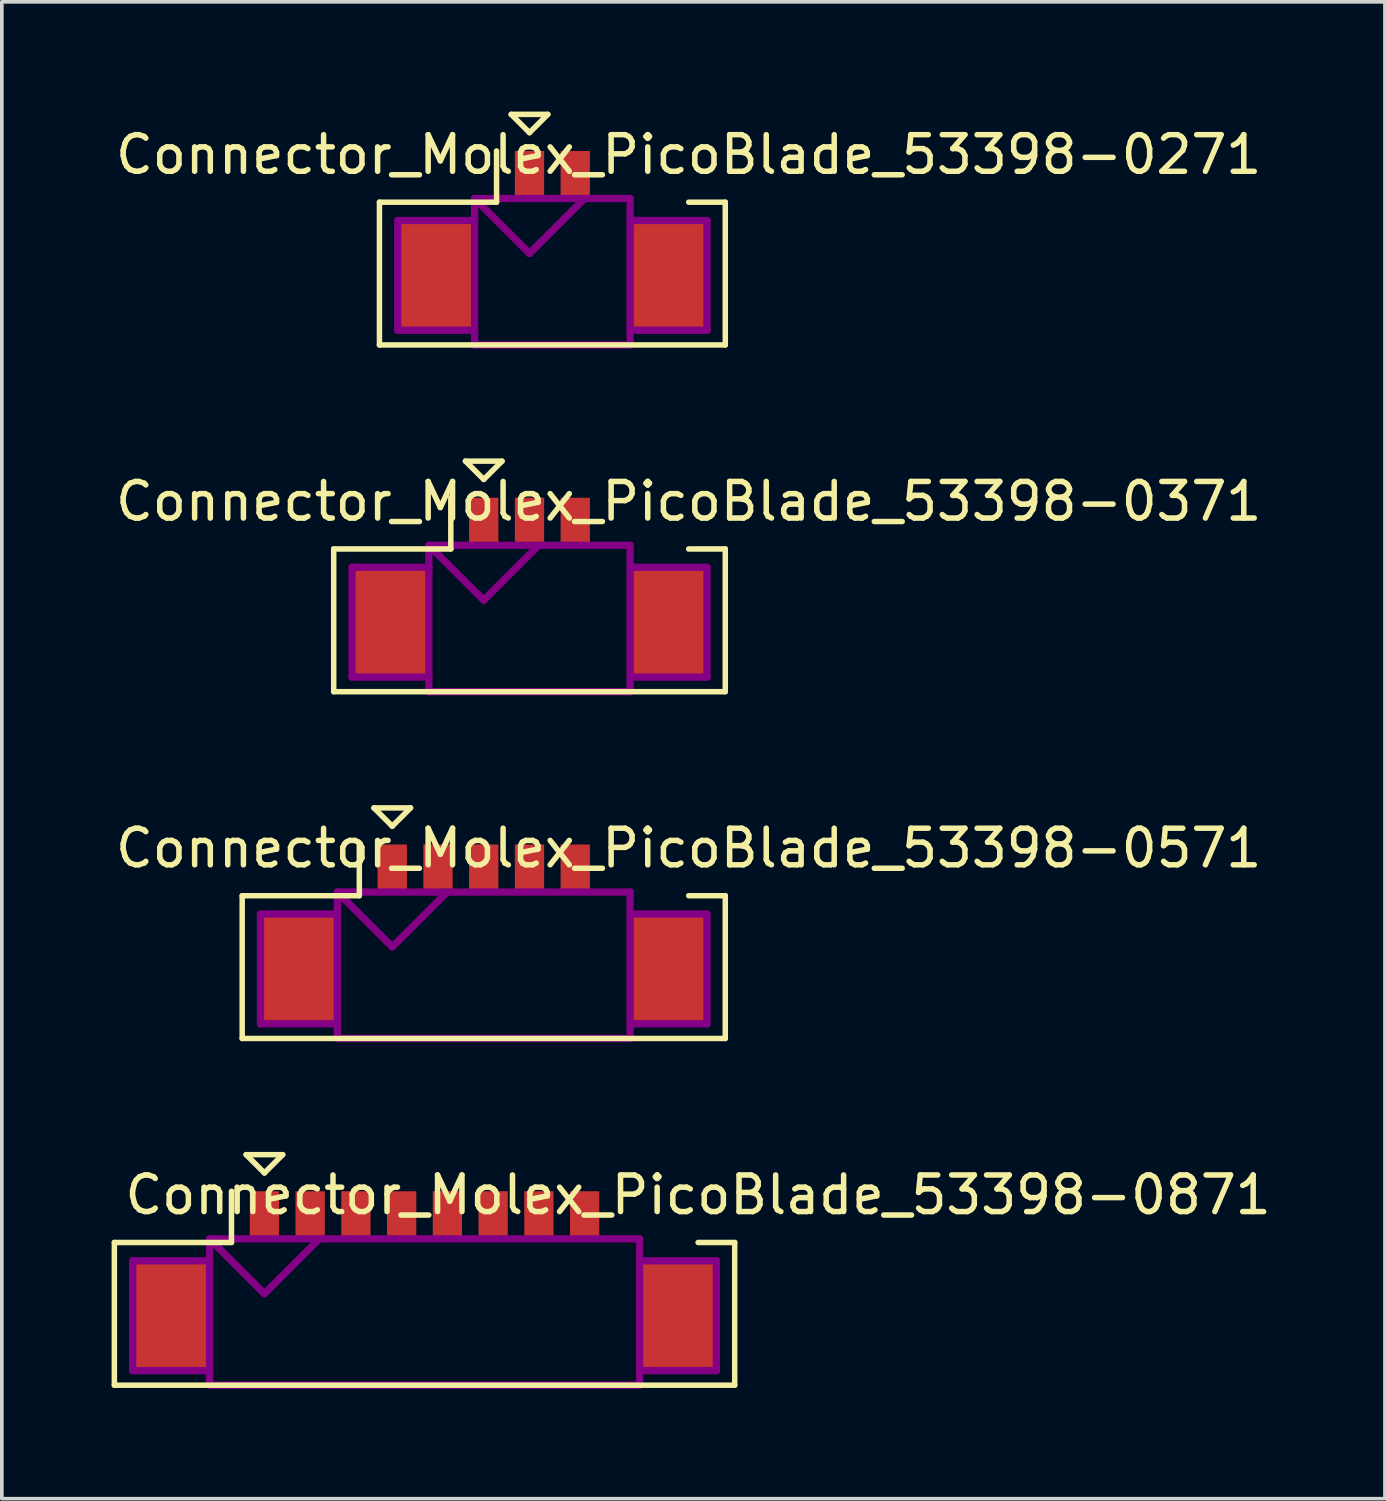
<source format=kicad_pcb>
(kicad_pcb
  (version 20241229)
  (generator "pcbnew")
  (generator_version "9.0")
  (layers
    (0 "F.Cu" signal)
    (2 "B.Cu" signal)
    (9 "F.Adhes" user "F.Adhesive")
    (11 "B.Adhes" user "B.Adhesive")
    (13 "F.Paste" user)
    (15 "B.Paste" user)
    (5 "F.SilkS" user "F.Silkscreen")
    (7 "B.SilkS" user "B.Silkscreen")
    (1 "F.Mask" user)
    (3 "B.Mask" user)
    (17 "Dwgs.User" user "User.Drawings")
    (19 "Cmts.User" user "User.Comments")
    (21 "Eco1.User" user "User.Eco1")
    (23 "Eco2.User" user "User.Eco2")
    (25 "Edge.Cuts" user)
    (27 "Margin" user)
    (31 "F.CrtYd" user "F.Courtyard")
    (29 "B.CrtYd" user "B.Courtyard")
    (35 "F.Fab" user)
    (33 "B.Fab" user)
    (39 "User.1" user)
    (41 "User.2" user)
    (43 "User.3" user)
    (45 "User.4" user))
  (footprint "Connector_Molex_PicoBlade_53398-0371"
    (layer "F.Cu")
    (at 11.418 13.95)
    (property "Reference" "Connector_Molex_PicoBlade_53398-0371" (at 4.35 -3.3 0) (layer "F.SilkS") (effects (font (size 1 1) (thickness 0.15))))
    (attr through_hole)
    (fp_line (start -5.35 -2) (end -5.35 1.9) (stroke (width 0.15) (type solid)) (layer "F.SilkS"))
    (fp_line (start -5.35 1.9) (end 5.35 1.9) (stroke (width 0.15) (type solid)) (layer "F.SilkS"))
    (fp_line (start -2.15 -3.4) (end -2.15 -2) (stroke (width 0.15) (type solid)) (layer "F.SilkS"))
    (fp_line (start -2.15 -2) (end -5.35 -2) (stroke (width 0.15) (type solid)) (layer "F.SilkS"))
    (fp_line (start -1.75 -4.4) (end -0.75 -4.4) (stroke (width 0.15) (type solid)) (layer "F.SilkS"))
    (fp_line (start -1.25 -3.9) (end -1.75 -4.4) (stroke (width 0.15) (type solid)) (layer "F.SilkS"))
    (fp_line (start -0.75 -4.4) (end -1.25 -3.9) (stroke (width 0.15) (type solid)) (layer "F.SilkS"))
    (fp_line (start 5.35 -2) (end 4.35 -2) (stroke (width 0.15) (type solid)) (layer "F.SilkS"))
    (fp_line (start 5.35 1.9) (end 5.35 -2) (stroke (width 0.15) (type solid)) (layer "F.SilkS"))
    (fp_line (start -4.85 -1.5) (end -4.85 1.5) (stroke (width 0.2) (type solid)) (layer "F.Adhes"))
    (fp_line (start -4.85 1.5) (end -2.75 1.5) (stroke (width 0.2) (type solid)) (layer "F.Adhes"))
    (fp_line (start -2.75 -2.1) (end -2.75 1.9) (stroke (width 0.2) (type solid)) (layer "F.Adhes"))
    (fp_line (start -2.75 -2.1) (end -1.25 -0.6) (stroke (width 0.2) (type solid)) (layer "F.Adhes"))
    (fp_line (start -2.75 -1.5) (end -4.85 -1.5) (stroke (width 0.2) (type solid)) (layer "F.Adhes"))
    (fp_line (start -2.75 1.9) (end 2.75 1.9) (stroke (width 0.2) (type solid)) (layer "F.Adhes"))
    (fp_line (start -1.25 -0.6) (end 0.25 -2.1) (stroke (width 0.2) (type solid)) (layer "F.Adhes"))
    (fp_line (start 2.75 -2.1) (end -2.75 -2.1) (stroke (width 0.2) (type solid)) (layer "F.Adhes"))
    (fp_line (start 2.75 -1.5) (end 4.85 -1.5) (stroke (width 0.2) (type solid)) (layer "F.Adhes"))
    (fp_line (start 2.75 1.9) (end 2.75 -2.1) (stroke (width 0.2) (type solid)) (layer "F.Adhes"))
    (fp_line (start 4.85 -1.5) (end 4.85 1.5) (stroke (width 0.2) (type solid)) (layer "F.Adhes"))
    (fp_line (start 4.85 1.5) (end 2.75 1.5) (stroke (width 0.2) (type solid)) (layer "F.Adhes"))
    (pad "" smd rect (at -3.8 0) (size 2.1 3) (layers "F.Cu" "F.Mask" "F.Paste"))
    (pad "" smd rect (at 3.8 0) (size 2.1 3) (layers "F.Cu" "F.Mask" "F.Paste"))
    (pad "1" smd rect (at -1.25 -2.75) (size 0.8 1.3) (layers "F.Cu" "F.Mask" "F.Paste"))
    (pad "2" smd rect (at 0 -2.75) (size 0.8 1.3) (layers "F.Cu" "F.Mask" "F.Paste"))
    (pad "3" smd rect (at 1.25 -2.75) (size 0.8 1.3) (layers "F.Cu" "F.Mask" "F.Paste")))
  (footprint "Connector_Molex_PicoBlade_53398-0871"
    (layer "F.Cu")
    (at 8.55 32.9)
    (property "Reference" "Connector_Molex_PicoBlade_53398-0871" (at 7.475 -3.3 0) (layer "F.SilkS") (effects (font (size 1 1) (thickness 0.15))))
    (attr through_hole)
    (fp_line (start -8.475 -2) (end -8.475 1.9) (stroke (width 0.15) (type solid)) (layer "F.SilkS"))
    (fp_line (start -8.475 1.9) (end 8.475 1.9) (stroke (width 0.15) (type solid)) (layer "F.SilkS"))
    (fp_line (start -5.275 -3.4) (end -5.275 -2) (stroke (width 0.15) (type solid)) (layer "F.SilkS"))
    (fp_line (start -5.275 -2) (end -8.475 -2) (stroke (width 0.15) (type solid)) (layer "F.SilkS"))
    (fp_line (start -4.875 -4.4) (end -3.875 -4.4) (stroke (width 0.15) (type solid)) (layer "F.SilkS"))
    (fp_line (start -4.375 -3.9) (end -4.875 -4.4) (stroke (width 0.15) (type solid)) (layer "F.SilkS"))
    (fp_line (start -3.875 -4.4) (end -4.375 -3.9) (stroke (width 0.15) (type solid)) (layer "F.SilkS"))
    (fp_line (start 8.475 -2) (end 7.475 -2) (stroke (width 0.15) (type solid)) (layer "F.SilkS"))
    (fp_line (start 8.475 1.9) (end 8.475 -2) (stroke (width 0.15) (type solid)) (layer "F.SilkS"))
    (fp_line (start -7.975 -1.5) (end -7.975 1.5) (stroke (width 0.2) (type solid)) (layer "F.Adhes"))
    (fp_line (start -7.975 1.5) (end -5.875 1.5) (stroke (width 0.2) (type solid)) (layer "F.Adhes"))
    (fp_line (start -5.875 -2.1) (end -5.875 1.9) (stroke (width 0.2) (type solid)) (layer "F.Adhes"))
    (fp_line (start -5.875 -2.1) (end -4.375 -0.6) (stroke (width 0.2) (type solid)) (layer "F.Adhes"))
    (fp_line (start -5.875 -1.5) (end -7.975 -1.5) (stroke (width 0.2) (type solid)) (layer "F.Adhes"))
    (fp_line (start -5.875 1.9) (end 5.875 1.9) (stroke (width 0.2) (type solid)) (layer "F.Adhes"))
    (fp_line (start -4.375 -0.6) (end -2.875 -2.1) (stroke (width 0.2) (type solid)) (layer "F.Adhes"))
    (fp_line (start 5.875 -2.1) (end -5.875 -2.1) (stroke (width 0.2) (type solid)) (layer "F.Adhes"))
    (fp_line (start 5.875 -1.5) (end 7.975 -1.5) (stroke (width 0.2) (type solid)) (layer "F.Adhes"))
    (fp_line (start 5.875 1.9) (end 5.875 -2.1) (stroke (width 0.2) (type solid)) (layer "F.Adhes"))
    (fp_line (start 7.975 -1.5) (end 7.975 1.5) (stroke (width 0.2) (type solid)) (layer "F.Adhes"))
    (fp_line (start 7.975 1.5) (end 5.875 1.5) (stroke (width 0.2) (type solid)) (layer "F.Adhes"))
    (pad "" smd rect (at -6.925 0) (size 2.1 3) (layers "F.Cu" "F.Mask" "F.Paste"))
    (pad "" smd rect (at 6.925 0) (size 2.1 3) (layers "F.Cu" "F.Mask" "F.Paste"))
    (pad "1" smd rect (at -4.375 -2.75) (size 0.8 1.3) (layers "F.Cu" "F.Mask" "F.Paste"))
    (pad "2" smd rect (at -3.125 -2.75) (size 0.8 1.3) (layers "F.Cu" "F.Mask" "F.Paste"))
    (pad "3" smd rect (at -1.875 -2.75) (size 0.8 1.3) (layers "F.Cu" "F.Mask" "F.Paste"))
    (pad "4" smd rect (at -0.625 -2.75) (size 0.8 1.3) (layers "F.Cu" "F.Mask" "F.Paste"))
    (pad "5" smd rect (at 0.625 -2.75) (size 0.8 1.3) (layers "F.Cu" "F.Mask" "F.Paste"))
    (pad "6" smd rect (at 1.875 -2.75) (size 0.8 1.3) (layers "F.Cu" "F.Mask" "F.Paste"))
    (pad "7" smd rect (at 3.125 -2.75) (size 0.8 1.3) (layers "F.Cu" "F.Mask" "F.Paste"))
    (pad "8" smd rect (at 4.375 -2.75) (size 0.8 1.3) (layers "F.Cu" "F.Mask" "F.Paste")))
  (footprint "Connector_Molex_PicoBlade_53398-0271"
    (layer "F.Cu")
    (at 12.043 4.475)
    (property "Reference" "Connector_Molex_PicoBlade_53398-0271" (at 3.725 -3.3 0) (layer "F.SilkS") (effects (font (size 1 1) (thickness 0.15))))
    (attr through_hole)
    (fp_line (start -4.725 -2) (end -4.725 1.9) (stroke (width 0.15) (type solid)) (layer "F.SilkS"))
    (fp_line (start -4.725 1.9) (end 4.725 1.9) (stroke (width 0.15) (type solid)) (layer "F.SilkS"))
    (fp_line (start -1.525 -3.4) (end -1.525 -2) (stroke (width 0.15) (type solid)) (layer "F.SilkS"))
    (fp_line (start -1.525 -2) (end -4.725 -2) (stroke (width 0.15) (type solid)) (layer "F.SilkS"))
    (fp_line (start -1.125 -4.4) (end -0.125 -4.4) (stroke (width 0.15) (type solid)) (layer "F.SilkS"))
    (fp_line (start -0.625 -3.9) (end -1.125 -4.4) (stroke (width 0.15) (type solid)) (layer "F.SilkS"))
    (fp_line (start -0.125 -4.4) (end -0.625 -3.9) (stroke (width 0.15) (type solid)) (layer "F.SilkS"))
    (fp_line (start 4.725 -2) (end 3.725 -2) (stroke (width 0.15) (type solid)) (layer "F.SilkS"))
    (fp_line (start 4.725 1.9) (end 4.725 -2) (stroke (width 0.15) (type solid)) (layer "F.SilkS"))
    (fp_line (start -4.225 -1.5) (end -4.225 1.5) (stroke (width 0.2) (type solid)) (layer "F.Adhes"))
    (fp_line (start -4.225 1.5) (end -2.125 1.5) (stroke (width 0.2) (type solid)) (layer "F.Adhes"))
    (fp_line (start -2.125 -2.1) (end -2.125 1.9) (stroke (width 0.2) (type solid)) (layer "F.Adhes"))
    (fp_line (start -2.125 -2.1) (end -0.625 -0.6) (stroke (width 0.2) (type solid)) (layer "F.Adhes"))
    (fp_line (start -2.125 -1.5) (end -4.225 -1.5) (stroke (width 0.2) (type solid)) (layer "F.Adhes"))
    (fp_line (start -2.125 1.9) (end 2.125 1.9) (stroke (width 0.2) (type solid)) (layer "F.Adhes"))
    (fp_line (start -0.625 -0.6) (end 0.875 -2.1) (stroke (width 0.2) (type solid)) (layer "F.Adhes"))
    (fp_line (start 2.125 -2.1) (end -2.125 -2.1) (stroke (width 0.2) (type solid)) (layer "F.Adhes"))
    (fp_line (start 2.125 -1.5) (end 4.225 -1.5) (stroke (width 0.2) (type solid)) (layer "F.Adhes"))
    (fp_line (start 2.125 1.9) (end 2.125 -2.1) (stroke (width 0.2) (type solid)) (layer "F.Adhes"))
    (fp_line (start 4.225 -1.5) (end 4.225 1.5) (stroke (width 0.2) (type solid)) (layer "F.Adhes"))
    (fp_line (start 4.225 1.5) (end 2.125 1.5) (stroke (width 0.2) (type solid)) (layer "F.Adhes"))
    (pad "" smd rect (at -3.175 0) (size 2.1 3) (layers "F.Cu" "F.Mask" "F.Paste"))
    (pad "" smd rect (at 3.175 0) (size 2.1 3) (layers "F.Cu" "F.Mask" "F.Paste"))
    (pad "1" smd rect (at -0.625 -2.75) (size 0.8 1.3) (layers "F.Cu" "F.Mask" "F.Paste"))
    (pad "2" smd rect (at 0.625 -2.75) (size 0.8 1.3) (layers "F.Cu" "F.Mask" "F.Paste")))
  (footprint "Connector_Molex_PicoBlade_53398-0571"
    (layer "F.Cu")
    (at 10.168 23.425)
    (property "Reference" "Connector_Molex_PicoBlade_53398-0571" (at 5.6 -3.3 0) (layer "F.SilkS") (effects (font (size 1 1) (thickness 0.15))))
    (attr through_hole)
    (fp_line (start -6.6 -2) (end -6.6 1.9) (stroke (width 0.15) (type solid)) (layer "F.SilkS"))
    (fp_line (start -6.6 1.9) (end 6.6 1.9) (stroke (width 0.15) (type solid)) (layer "F.SilkS"))
    (fp_line (start -3.4 -3.4) (end -3.4 -2) (stroke (width 0.15) (type solid)) (layer "F.SilkS"))
    (fp_line (start -3.4 -2) (end -6.6 -2) (stroke (width 0.15) (type solid)) (layer "F.SilkS"))
    (fp_line (start -3 -4.4) (end -2 -4.4) (stroke (width 0.15) (type solid)) (layer "F.SilkS"))
    (fp_line (start -2.5 -3.9) (end -3 -4.4) (stroke (width 0.15) (type solid)) (layer "F.SilkS"))
    (fp_line (start -2 -4.4) (end -2.5 -3.9) (stroke (width 0.15) (type solid)) (layer "F.SilkS"))
    (fp_line (start 6.6 -2) (end 5.6 -2) (stroke (width 0.15) (type solid)) (layer "F.SilkS"))
    (fp_line (start 6.6 1.9) (end 6.6 -2) (stroke (width 0.15) (type solid)) (layer "F.SilkS"))
    (fp_line (start -6.1 -1.5) (end -6.1 1.5) (stroke (width 0.2) (type solid)) (layer "F.Adhes"))
    (fp_line (start -6.1 1.5) (end -4 1.5) (stroke (width 0.2) (type solid)) (layer "F.Adhes"))
    (fp_line (start -4 -2.1) (end -4 1.9) (stroke (width 0.2) (type solid)) (layer "F.Adhes"))
    (fp_line (start -4 -2.1) (end -2.5 -0.6) (stroke (width 0.2) (type solid)) (layer "F.Adhes"))
    (fp_line (start -4 -1.5) (end -6.1 -1.5) (stroke (width 0.2) (type solid)) (layer "F.Adhes"))
    (fp_line (start -4 1.9) (end 4 1.9) (stroke (width 0.2) (type solid)) (layer "F.Adhes"))
    (fp_line (start -2.5 -0.6) (end -1 -2.1) (stroke (width 0.2) (type solid)) (layer "F.Adhes"))
    (fp_line (start 4 -2.1) (end -4 -2.1) (stroke (width 0.2) (type solid)) (layer "F.Adhes"))
    (fp_line (start 4 -1.5) (end 6.1 -1.5) (stroke (width 0.2) (type solid)) (layer "F.Adhes"))
    (fp_line (start 4 1.9) (end 4 -2.1) (stroke (width 0.2) (type solid)) (layer "F.Adhes"))
    (fp_line (start 6.1 -1.5) (end 6.1 1.5) (stroke (width 0.2) (type solid)) (layer "F.Adhes"))
    (fp_line (start 6.1 1.5) (end 4 1.5) (stroke (width 0.2) (type solid)) (layer "F.Adhes"))
    (pad "" smd rect (at -5.05 0) (size 2.1 3) (layers "F.Cu" "F.Mask" "F.Paste"))
    (pad "" smd rect (at 5.05 0) (size 2.1 3) (layers "F.Cu" "F.Mask" "F.Paste"))
    (pad "1" smd rect (at -2.5 -2.75) (size 0.8 1.3) (layers "F.Cu" "F.Mask" "F.Paste"))
    (pad "2" smd rect (at -1.25 -2.75) (size 0.8 1.3) (layers "F.Cu" "F.Mask" "F.Paste"))
    (pad "3" smd rect (at 0 -2.75) (size 0.8 1.3) (layers "F.Cu" "F.Mask" "F.Paste"))
    (pad "4" smd rect (at 1.25 -2.75) (size 0.8 1.3) (layers "F.Cu" "F.Mask" "F.Paste"))
    (pad "5" smd rect (at 2.5 -2.75) (size 0.8 1.3) (layers "F.Cu" "F.Mask" "F.Paste")))
  (gr_rect
    (start -3 -3)
    (end 34.793 37.9)
    (stroke (width 0.1) (type default))
    (fill no)
    (layer "Edge.Cuts")))
</source>
